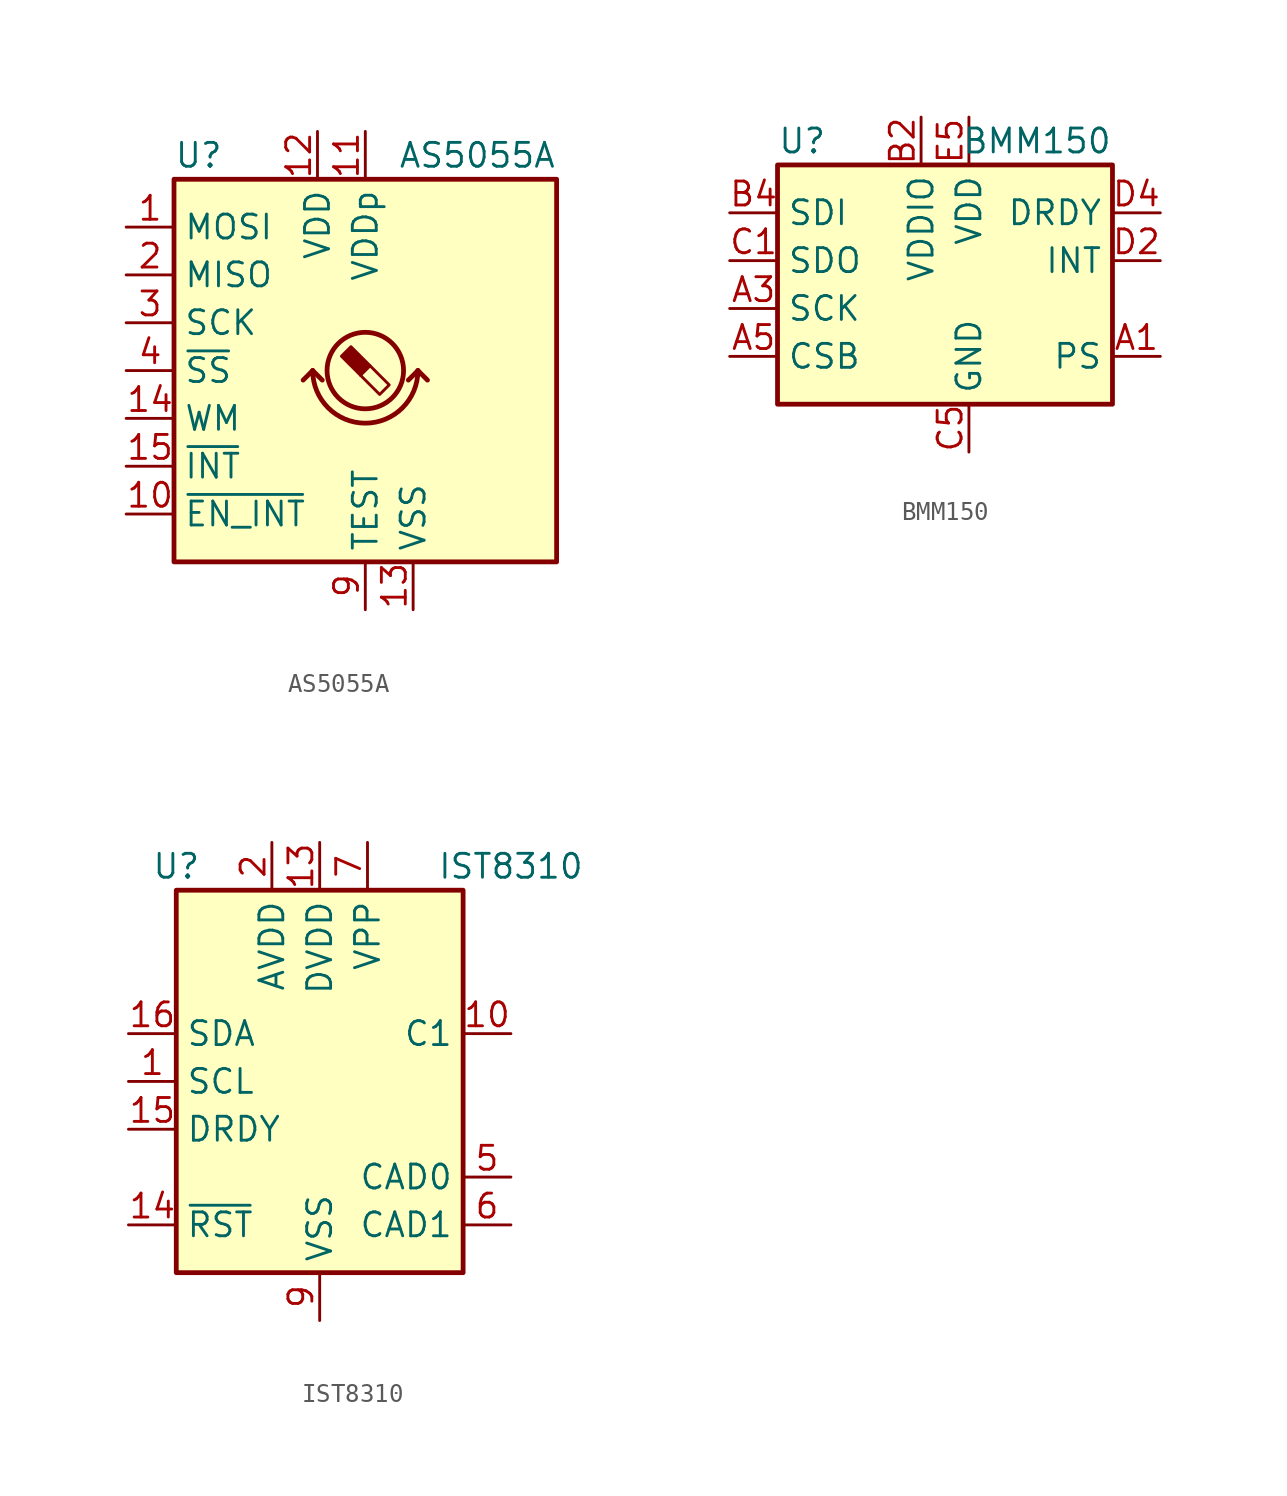
<source format=kicad_sym>
(kicad_symbol_lib
  (version 20201005)
  (generator kicad_symbol_editor)
  (symbol "Sensor_Magnetic:AS5055A"
    (property "Reference" "U"
      (at -10.16 11.43 0)
      (effects (font (size 1.27 1.27)) (justify left)))
    (property "Value" "AS5055A"
      (at 10.16 11.43 0)
      (effects (font (size 1.27 1.27)) (justify right)))
    (symbol "AS5055A_0_1"
      (arc (start -2.794 0) (end 2.794 0) (radius (at 0 0) (length 2.794) (angles -179.9 -0.1)) (stroke (width 0.254)) (fill (type none)))
      (rectangle (start -10.16 10.16) (end 10.16 -10.16) (stroke (width 0.254)) (fill (type background)))
      (polyline (pts (xy -2.794 0) (xy -3.302 -0.508)) (stroke (width 0.254)) (fill (type none)))
      (polyline (pts (xy -2.794 0) (xy -2.286 -0.508)) (stroke (width 0.254)) (fill (type none)))
      (polyline (pts (xy 2.794 0) (xy 2.286 -0.508)) (stroke (width 0.254)) (fill (type none)))
      (polyline (pts (xy 2.794 0) (xy 3.302 -0.508)) (stroke (width 0.254)) (fill (type none))))
    (symbol "AS5055A_1_1"
      (circle (center 0 0) (radius 2.032) (stroke (width 0.254)) (fill (type none)))
      (polyline (pts (xy 0.254 0.254) (xy 1.27 -0.762) (xy 0.762 -1.27) (xy -0.254 -0.254)) (stroke (width 0)) (fill (type none)))
      (polyline (pts (xy -0.762 1.27) (xy 0.254 0.254) (xy -0.254 -0.254) (xy -1.27 0.762) (xy -1.016 1.016) (xy -0.762 1.27) (xy -0.635 1.143)) (stroke (width 0)) (fill (type outline)))
      (pin input line (at -12.7 7.62 0) (length 2.54) (name "MOSI" (effects (font (size 1.27 1.27)))) (number "1" (effects (font (size 1.27 1.27)))))
      (pin input line (at -12.7 -7.62 0) (length 2.54) (name "~EN_INT" (effects (font (size 1.27 1.27)))) (number "10" (effects (font (size 1.27 1.27)))))
      (pin power_in line (at 0 12.7 270) (length 2.54) (name "VDDp" (effects (font (size 1.27 1.27)))) (number "11" (effects (font (size 1.27 1.27)))))
      (pin power_in line (at -2.54 12.7 270) (length 2.54) (name "VDD" (effects (font (size 1.27 1.27)))) (number "12" (effects (font (size 1.27 1.27)))))
      (pin power_in line (at 2.54 -12.7 90) (length 2.54) (name "VSS" (effects (font (size 1.27 1.27)))) (number "13" (effects (font (size 1.27 1.27)))))
      (pin input line (at -12.7 -2.54 0) (length 2.54) (name "WM" (effects (font (size 1.27 1.27)))) (number "14" (effects (font (size 1.27 1.27)))))
      (pin output line (at -12.7 -5.08 0) (length 2.54) (name "~INT" (effects (font (size 1.27 1.27)))) (number "15" (effects (font (size 1.27 1.27)))))
      (pin no_connect line (at 5.08 -10.16 90) (length 2.54) hide (name "NC" (effects (font (size 1.27 1.27)))) (number "16" (effects (font (size 1.27 1.27)))))
      (pin no_connect line (at 7.62 -10.16 90) (length 2.54) hide (name "NC" (effects (font (size 1.27 1.27)))) (number "17" (effects (font (size 1.27 1.27)))))
      (pin output line (at -12.7 5.08 0) (length 2.54) (name "MISO" (effects (font (size 1.27 1.27)))) (number "2" (effects (font (size 1.27 1.27)))))
      (pin input line (at -12.7 2.54 0) (length 2.54) (name "SCK" (effects (font (size 1.27 1.27)))) (number "3" (effects (font (size 1.27 1.27)))))
      (pin input line (at -12.7 0 0) (length 2.54) (name "~SS" (effects (font (size 1.27 1.27)))) (number "4" (effects (font (size 1.27 1.27)))))
      (pin no_connect line (at 10.16 7.62 180) (length 2.54) hide (name "NC" (effects (font (size 1.27 1.27)))) (number "5" (effects (font (size 1.27 1.27)))))
      (pin no_connect line (at 10.16 5.08 180) (length 2.54) hide (name "NC" (effects (font (size 1.27 1.27)))) (number "6" (effects (font (size 1.27 1.27)))))
      (pin no_connect line (at 10.16 2.54 180) (length 2.54) hide (name "NC" (effects (font (size 1.27 1.27)))) (number "7" (effects (font (size 1.27 1.27)))))
      (pin no_connect line (at 10.16 0 180) (length 2.54) hide (name "NC" (effects (font (size 1.27 1.27)))) (number "8" (effects (font (size 1.27 1.27)))))
      (pin passive line (at 0 -12.7 90) (length 2.54) (name "TEST" (effects (font (size 1.27 1.27)))) (number "9" (effects (font (size 1.27 1.27)))))))
  (symbol "Sensor_Magnetic:BMM150"
    (property "Reference" "U"
      (at -10.16 6.35 0)
      (effects (font (size 1.27 1.27)) (justify left)))
    (property "Value" "BMM150"
      (at 7.62 6.35 0)
      (effects (font (size 1.27 1.27)) (justify right)))
    (symbol "BMM150_0_1"
      (rectangle (start -10.16 5.08) (end 7.62 -7.62) (stroke (width 0.254)) (fill (type background))))
    (symbol "BMM150_1_1"
      (pin input line (at 10.16 -5.08 180) (length 2.54) (name "PS" (effects (font (size 1.27 1.27)))) (number "A1" (effects (font (size 1.27 1.27)))))
      (pin bidirectional line (at -12.7 -2.54 0) (length 2.54) (name "SCK" (effects (font (size 1.27 1.27)))) (number "A3" (effects (font (size 1.27 1.27)))))
      (pin input line (at -12.7 -5.08 0) (length 2.54) (name "CSB" (effects (font (size 1.27 1.27)))) (number "A5" (effects (font (size 1.27 1.27)))))
      (pin power_in line (at -2.54 7.62 270) (length 2.54) (name "VDDIO" (effects (font (size 1.27 1.27)))) (number "B2" (effects (font (size 1.27 1.27)))))
      (pin bidirectional line (at -12.7 2.54 0) (length 2.54) (name "SDI" (effects (font (size 1.27 1.27)))) (number "B4" (effects (font (size 1.27 1.27)))))
      (pin bidirectional line (at -12.7 0 0) (length 2.54) (name "SDO" (effects (font (size 1.27 1.27)))) (number "C1" (effects (font (size 1.27 1.27)))))
      (pin power_in line (at 0 -10.16 90) (length 2.54) (name "GND" (effects (font (size 1.27 1.27)))) (number "C5" (effects (font (size 1.27 1.27)))))
      (pin output line (at 10.16 0 180) (length 2.54) (name "INT" (effects (font (size 1.27 1.27)))) (number "D2" (effects (font (size 1.27 1.27)))))
      (pin output line (at 10.16 2.54 180) (length 2.54) (name "DRDY" (effects (font (size 1.27 1.27)))) (number "D4" (effects (font (size 1.27 1.27)))))
      (pin passive line (at 0 -10.16 90) (length 2.54) hide (name "GND" (effects (font (size 1.27 1.27)))) (number "E1" (effects (font (size 1.27 1.27)))))
      (pin passive line (at 0 -10.16 90) (length 2.54) hide (name "GND" (effects (font (size 1.27 1.27)))) (number "E3" (effects (font (size 1.27 1.27)))))
      (pin power_in line (at 0 7.62 270) (length 2.54) (name "VDD" (effects (font (size 1.27 1.27)))) (number "E5" (effects (font (size 1.27 1.27)))))))
  (symbol "Sensor_Magnetic:IST8310"
    (property "Reference" "U"
      (at -7.62 11.43 0)
      (effects (font (size 1.27 1.27))))
    (property "Value" "IST8310"
      (at 10.16 11.43 0)
      (effects (font (size 1.27 1.27))))
    (symbol "IST8310_0_1"
      (rectangle (start -7.62 10.16) (end 7.62 -10.16) (stroke (width 0.254)) (fill (type background))))
    (symbol "IST8310_1_1"
      (pin input line (at -10.16 0 0) (length 2.54) (name "SCL" (effects (font (size 1.27 1.27)))) (number "1" (effects (font (size 1.27 1.27)))))
      (pin passive line (at 10.16 2.54 180) (length 2.54) (name "C1" (effects (font (size 1.27 1.27)))) (number "10" (effects (font (size 1.27 1.27)))))
      (pin passive line (at 0 -12.7 90) (length 2.54) hide (name "VSS" (effects (font (size 1.27 1.27)))) (number "11" (effects (font (size 1.27 1.27)))))
      (pin no_connect line (at 7.62 7.62 180) (length 2.54) hide (name "NC" (effects (font (size 1.27 1.27)))) (number "12" (effects (font (size 1.27 1.27)))))
      (pin power_in line (at 0 12.7 270) (length 2.54) (name "DVDD" (effects (font (size 1.27 1.27)))) (number "13" (effects (font (size 1.27 1.27)))))
      (pin input line (at -10.16 -7.62 0) (length 2.54) (name "~RST" (effects (font (size 1.27 1.27)))) (number "14" (effects (font (size 1.27 1.27)))))
      (pin output line (at -10.16 -2.54 0) (length 2.54) (name "DRDY" (effects (font (size 1.27 1.27)))) (number "15" (effects (font (size 1.27 1.27)))))
      (pin bidirectional line (at -10.16 2.54 0) (length 2.54) (name "SDA" (effects (font (size 1.27 1.27)))) (number "16" (effects (font (size 1.27 1.27)))))
      (pin power_in line (at -2.54 12.7 270) (length 2.54) (name "AVDD" (effects (font (size 1.27 1.27)))) (number "2" (effects (font (size 1.27 1.27)))))
      (pin no_connect line (at -7.62 7.62 0) (length 2.54) hide (name "NC" (effects (font (size 1.27 1.27)))) (number "3" (effects (font (size 1.27 1.27)))))
      (pin no_connect line (at -7.62 5.08 0) (length 2.54) hide (name "NC" (effects (font (size 1.27 1.27)))) (number "4" (effects (font (size 1.27 1.27)))))
      (pin input line (at 10.16 -5.08 180) (length 2.54) (name "CAD0" (effects (font (size 1.27 1.27)))) (number "5" (effects (font (size 1.27 1.27)))))
      (pin input line (at 10.16 -7.62 180) (length 2.54) (name "CAD1" (effects (font (size 1.27 1.27)))) (number "6" (effects (font (size 1.27 1.27)))))
      (pin passive line (at 2.54 12.7 270) (length 2.54) (name "VPP" (effects (font (size 1.27 1.27)))) (number "7" (effects (font (size 1.27 1.27)))))
      (pin no_connect line (at 7.62 5.08 180) (length 2.54) hide (name "NC" (effects (font (size 1.27 1.27)))) (number "8" (effects (font (size 1.27 1.27)))))
      (pin power_in line (at 0 -12.7 90) (length 2.54) (name "VSS" (effects (font (size 1.27 1.27)))) (number "9" (effects (font (size 1.27 1.27))))))))
</source>
